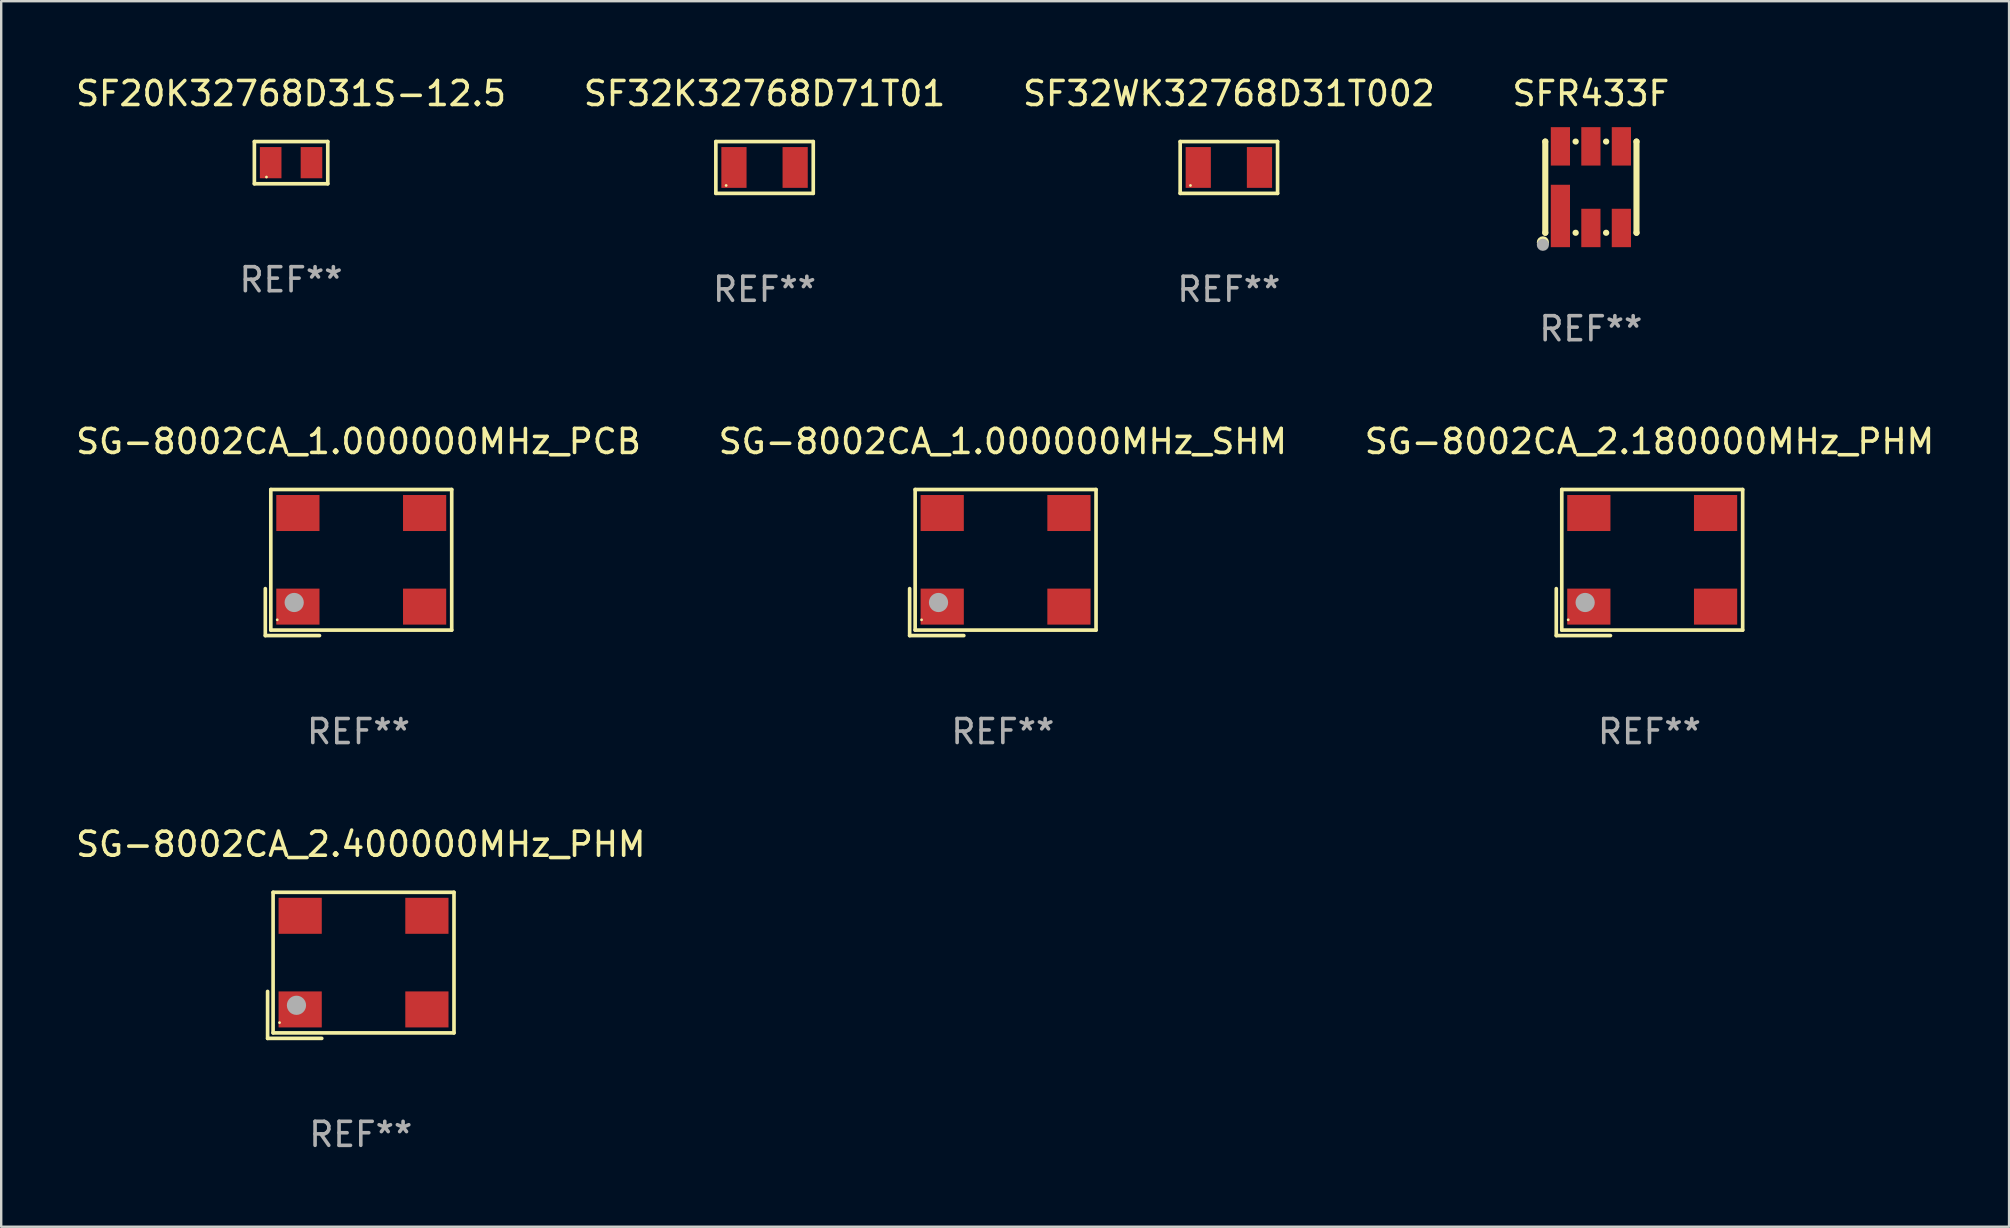
<source format=kicad_pcb>
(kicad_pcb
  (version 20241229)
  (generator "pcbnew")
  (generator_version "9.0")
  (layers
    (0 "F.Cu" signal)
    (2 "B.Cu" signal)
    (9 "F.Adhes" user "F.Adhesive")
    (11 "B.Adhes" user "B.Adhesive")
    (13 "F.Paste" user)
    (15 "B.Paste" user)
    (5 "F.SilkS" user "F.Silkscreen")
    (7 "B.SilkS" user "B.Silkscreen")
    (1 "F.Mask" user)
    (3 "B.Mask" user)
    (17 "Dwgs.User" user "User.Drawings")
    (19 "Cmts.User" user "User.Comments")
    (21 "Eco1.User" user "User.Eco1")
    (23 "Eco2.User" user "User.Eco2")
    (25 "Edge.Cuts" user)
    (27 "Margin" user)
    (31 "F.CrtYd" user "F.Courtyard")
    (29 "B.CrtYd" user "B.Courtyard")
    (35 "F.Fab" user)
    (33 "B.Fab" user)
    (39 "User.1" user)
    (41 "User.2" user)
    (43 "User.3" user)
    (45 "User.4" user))
  (footprint "SFR433F"
    (layer "F.Cu")
    (at 63.232 4.748)
    (property "Reference" "SFR433F" (at 0 -3.9 0) (layer "F.SilkS") (effects (font (size 1 1) (thickness 0.15))))
    (attr through_hole)
    (fp_line (start -1.901 1.9) (end -1.9 1.9) (stroke (width 0.254) (type solid)) (layer "F.SilkS"))
    (fp_line (start -1.9 -1.9) (end -1.901 -1.9) (stroke (width 0.254) (type solid)) (layer "F.SilkS"))
    (fp_line (start -1.9 1.9) (end -1.9 -1.9) (stroke (width 0.254) (type solid)) (layer "F.SilkS"))
    (fp_line (start -0.639 -1.9) (end -0.631 -1.9) (stroke (width 0.254) (type solid)) (layer "F.SilkS"))
    (fp_line (start -0.631 1.9) (end -0.639 1.9) (stroke (width 0.254) (type solid)) (layer "F.SilkS"))
    (fp_line (start 0.631 -1.9) (end 0.639 -1.9) (stroke (width 0.254) (type solid)) (layer "F.SilkS"))
    (fp_line (start 0.639 1.9) (end 0.631 1.9) (stroke (width 0.254) (type solid)) (layer "F.SilkS"))
    (fp_line (start 1.9 -1.9) (end 1.9 1.9) (stroke (width 0.254) (type solid)) (layer "F.SilkS"))
    (fp_line (start 1.9 1.9) (end 1.901 1.9) (stroke (width 0.254) (type solid)) (layer "F.SilkS"))
    (fp_line (start 1.901 -1.9) (end 1.9 -1.9) (stroke (width 0.254) (type solid)) (layer "F.SilkS"))
    (fp_circle (center -2 2.3) (end -1.873 2.3) (stroke (width 0.254) (type solid)) (fill no) (layer "F.SilkS"))
    (fp_circle (center -1.9 1.9) (end -1.87 1.9) (stroke (width 0.06) (type solid)) (fill no) (layer "F.SilkS"))
    (fp_circle (center -2 2.4) (end -1.873 2.4) (stroke (width 0.254) (type solid)) (fill no) (layer "F.Fab"))
    (fp_text user "REF**" (at 0 5.9 0) (layer "F.Fab") (effects (font (size 1 1) (thickness 0.15))))
    (pad "1" smd rect (at -1.27 1.2 180) (size 0.8 2.6) (layers "F.Cu" "F.Mask" "F.Paste"))
    (pad "2" smd rect (at 0.000076 1.7 180) (size 0.8 1.6) (layers "F.Cu" "F.Mask" "F.Paste"))
    (pad "3" smd rect (at 1.27 1.7 180) (size 0.8 1.6) (layers "F.Cu" "F.Mask" "F.Paste"))
    (pad "4" smd rect (at 1.27 -1.7 180) (size 0.8 1.6) (layers "F.Cu" "F.Mask" "F.Paste"))
    (pad "5" smd rect (at 0.000076 -1.7 180) (size 0.8 1.6) (layers "F.Cu" "F.Mask" "F.Paste"))
    (pad "6" smd rect (at -1.27 -1.7 180) (size 0.8 1.6) (layers "F.Cu" "F.Mask" "F.Paste")))
  (footprint "SF32K32768D71T01"
    (layer "F.Cu")
    (at 28.804 3.927)
    (property "Reference" "SF32K32768D71T01" (at 0 -3.079 0) (layer "F.SilkS") (effects (font (size 1 1) (thickness 0.15))))
    (attr through_hole)
    (fp_line (start -2.029 -1.079) (end 2.029 -1.079) (stroke (width 0.152) (type solid)) (layer "F.SilkS"))
    (fp_line (start -2.029 1.079) (end -2.029 -1.079) (stroke (width 0.152) (type solid)) (layer "F.SilkS"))
    (fp_line (start 2.029 -1.079) (end 2.029 1.079) (stroke (width 0.152) (type solid)) (layer "F.SilkS"))
    (fp_line (start 2.029 1.079) (end -2.029 1.079) (stroke (width 0.152) (type solid)) (layer "F.SilkS"))
    (fp_circle (center -1.6 0.75) (end -1.57 0.75) (stroke (width 0.06) (type solid)) (fill no) (layer "F.SilkS"))
    (fp_text user "REF**" (at 0 5.079 0) (layer "F.Fab") (effects (font (size 1 1) (thickness 0.15))))
    (pad "1" smd rect (at -1.275 0) (size 1.05 1.7) (layers "F.Cu" "F.Mask" "F.Paste"))
    (pad "2" smd rect (at 1.275 0) (size 1.05 1.7) (layers "F.Cu" "F.Mask" "F.Paste")))
  (footprint "SG-8002CA_1.000000MHz_PCB"
    (layer "F.Cu")
    (at 11.887 20.388)
    (property "Reference" "SG-8002CA_1.000000MHz_PCB" (at 0 -5.043 0) (layer "F.SilkS") (effects (font (size 1 1) (thickness 0.15))))
    (attr through_hole)
    (fp_line (start -3.883 1.086) (end -3.883 3.043) (stroke (width 0.152) (type solid)) (layer "F.SilkS"))
    (fp_line (start -3.883 3.043) (end -1.626 3.043) (stroke (width 0.152) (type solid)) (layer "F.SilkS"))
    (fp_line (start -3.654 -3.043) (end 3.883 -3.043) (stroke (width 0.152) (type solid)) (layer "F.SilkS"))
    (fp_line (start -3.654 2.814) (end -3.654 -3.043) (stroke (width 0.152) (type solid)) (layer "F.SilkS"))
    (fp_line (start 3.883 -3.043) (end 3.883 2.814) (stroke (width 0.152) (type solid)) (layer "F.SilkS"))
    (fp_line (start 3.883 2.814) (end -3.654 2.814) (stroke (width 0.152) (type solid)) (layer "F.SilkS"))
    (fp_circle (center -3.386 2.386) (end -3.356 2.386) (stroke (width 0.06) (type solid)) (fill no) (layer "F.SilkS"))
    (fp_circle (center -2.68 1.664) (end -2.48 1.664) (stroke (width 0.4) (type solid)) (fill no) (layer "F.Fab"))
    (fp_text user "REF**" (at 0 7.043 0) (layer "F.Fab") (effects (font (size 1 1) (thickness 0.15))))
    (pad "1" smd rect (at -2.526 1.836) (size 1.8 1.5) (layers "F.Cu" "F.Mask" "F.Paste"))
    (pad "2" smd rect (at 2.754 1.836) (size 1.8 1.5) (layers "F.Cu" "F.Mask" "F.Paste"))
    (pad "3" smd rect (at 2.754 -2.064) (size 1.8 1.5) (layers "F.Cu" "F.Mask" "F.Paste"))
    (pad "4" smd rect (at -2.526 -2.064) (size 1.8 1.5) (layers "F.Cu" "F.Mask" "F.Paste")))
  (footprint "SF20K32768D31S-12.5"
    (layer "F.Cu")
    (at 9.077 3.727)
    (property "Reference" "SF20K32768D31S-12.5" (at 0 -2.879 0) (layer "F.SilkS") (effects (font (size 1 1) (thickness 0.15))))
    (attr through_hole)
    (fp_line (start -1.529 -0.879) (end 1.529 -0.879) (stroke (width 0.152) (type solid)) (layer "F.SilkS"))
    (fp_line (start -1.529 0.879) (end -1.529 -0.879) (stroke (width 0.152) (type solid)) (layer "F.SilkS"))
    (fp_line (start 1.529 -0.879) (end 1.529 0.879) (stroke (width 0.152) (type solid)) (layer "F.SilkS"))
    (fp_line (start 1.529 0.879) (end -1.529 0.879) (stroke (width 0.152) (type solid)) (layer "F.SilkS"))
    (fp_circle (center -1.025 0.6) (end -0.995 0.6) (stroke (width 0.06) (type solid)) (fill no) (layer "F.SilkS"))
    (fp_text user "REF**" (at 0 4.879 0) (layer "F.Fab") (effects (font (size 1 1) (thickness 0.15))))
    (pad "1" smd rect (at -0.85 0) (size 0.9 1.3) (layers "F.Cu" "F.Mask" "F.Paste"))
    (pad "2" smd rect (at 0.85 0) (size 0.9 1.3) (layers "F.Cu" "F.Mask" "F.Paste")))
  (footprint "SG-8002CA_2.400000MHz_PHM"
    (layer "F.Cu")
    (at 11.982 37.17)
    (property "Reference" "SG-8002CA_2.400000MHz_PHM" (at 0 -5.043 0) (layer "F.SilkS") (effects (font (size 1 1) (thickness 0.15))))
    (attr through_hole)
    (fp_line (start -3.883 1.086) (end -3.883 3.043) (stroke (width 0.152) (type solid)) (layer "F.SilkS"))
    (fp_line (start -3.883 3.043) (end -1.626 3.043) (stroke (width 0.152) (type solid)) (layer "F.SilkS"))
    (fp_line (start -3.654 -3.043) (end 3.883 -3.043) (stroke (width 0.152) (type solid)) (layer "F.SilkS"))
    (fp_line (start -3.654 2.814) (end -3.654 -3.043) (stroke (width 0.152) (type solid)) (layer "F.SilkS"))
    (fp_line (start 3.883 -3.043) (end 3.883 2.814) (stroke (width 0.152) (type solid)) (layer "F.SilkS"))
    (fp_line (start 3.883 2.814) (end -3.654 2.814) (stroke (width 0.152) (type solid)) (layer "F.SilkS"))
    (fp_circle (center -3.386 2.386) (end -3.356 2.386) (stroke (width 0.06) (type solid)) (fill no) (layer "F.SilkS"))
    (fp_circle (center -2.68 1.664) (end -2.48 1.664) (stroke (width 0.4) (type solid)) (fill no) (layer "F.Fab"))
    (fp_text user "REF**" (at 0 7.043 0) (layer "F.Fab") (effects (font (size 1 1) (thickness 0.15))))
    (pad "1" smd rect (at -2.526 1.836) (size 1.8 1.5) (layers "F.Cu" "F.Mask" "F.Paste"))
    (pad "2" smd rect (at 2.754 1.836) (size 1.8 1.5) (layers "F.Cu" "F.Mask" "F.Paste"))
    (pad "3" smd rect (at 2.754 -2.064) (size 1.8 1.5) (layers "F.Cu" "F.Mask" "F.Paste"))
    (pad "4" smd rect (at -2.526 -2.064) (size 1.8 1.5) (layers "F.Cu" "F.Mask" "F.Paste")))
  (footprint "SG-8002CA_2.180000MHz_PHM"
    (layer "F.Cu")
    (at 65.673 20.388)
    (property "Reference" "SG-8002CA_2.180000MHz_PHM" (at 0 -5.043 0) (layer "F.SilkS") (effects (font (size 1 1) (thickness 0.15))))
    (attr through_hole)
    (fp_line (start -3.883 1.086) (end -3.883 3.043) (stroke (width 0.152) (type solid)) (layer "F.SilkS"))
    (fp_line (start -3.883 3.043) (end -1.626 3.043) (stroke (width 0.152) (type solid)) (layer "F.SilkS"))
    (fp_line (start -3.654 -3.043) (end 3.883 -3.043) (stroke (width 0.152) (type solid)) (layer "F.SilkS"))
    (fp_line (start -3.654 2.814) (end -3.654 -3.043) (stroke (width 0.152) (type solid)) (layer "F.SilkS"))
    (fp_line (start 3.883 -3.043) (end 3.883 2.814) (stroke (width 0.152) (type solid)) (layer "F.SilkS"))
    (fp_line (start 3.883 2.814) (end -3.654 2.814) (stroke (width 0.152) (type solid)) (layer "F.SilkS"))
    (fp_circle (center -3.386 2.386) (end -3.356 2.386) (stroke (width 0.06) (type solid)) (fill no) (layer "F.SilkS"))
    (fp_circle (center -2.68 1.664) (end -2.48 1.664) (stroke (width 0.4) (type solid)) (fill no) (layer "F.Fab"))
    (fp_text user "REF**" (at 0 7.043 0) (layer "F.Fab") (effects (font (size 1 1) (thickness 0.15))))
    (pad "1" smd rect (at -2.526 1.836) (size 1.8 1.5) (layers "F.Cu" "F.Mask" "F.Paste"))
    (pad "2" smd rect (at 2.754 1.836) (size 1.8 1.5) (layers "F.Cu" "F.Mask" "F.Paste"))
    (pad "3" smd rect (at 2.754 -2.064) (size 1.8 1.5) (layers "F.Cu" "F.Mask" "F.Paste"))
    (pad "4" smd rect (at -2.526 -2.064) (size 1.8 1.5) (layers "F.Cu" "F.Mask" "F.Paste")))
  (footprint "SF32WK32768D31T002"
    (layer "F.Cu")
    (at 48.149 3.927)
    (property "Reference" "SF32WK32768D31T002" (at 0 -3.079 0) (layer "F.SilkS") (effects (font (size 1 1) (thickness 0.15))))
    (attr through_hole)
    (fp_line (start -2.029 -1.079) (end 2.029 -1.079) (stroke (width 0.152) (type solid)) (layer "F.SilkS"))
    (fp_line (start -2.029 1.079) (end -2.029 -1.079) (stroke (width 0.152) (type solid)) (layer "F.SilkS"))
    (fp_line (start 2.029 -1.079) (end 2.029 1.079) (stroke (width 0.152) (type solid)) (layer "F.SilkS"))
    (fp_line (start 2.029 1.079) (end -2.029 1.079) (stroke (width 0.152) (type solid)) (layer "F.SilkS"))
    (fp_circle (center -1.6 0.75) (end -1.57 0.75) (stroke (width 0.06) (type solid)) (fill no) (layer "F.SilkS"))
    (fp_text user "REF**" (at 0 5.079 0) (layer "F.Fab") (effects (font (size 1 1) (thickness 0.15))))
    (pad "1" smd rect (at -1.275 0) (size 1.05 1.7) (layers "F.Cu" "F.Mask" "F.Paste"))
    (pad "2" smd rect (at 1.275 0) (size 1.05 1.7) (layers "F.Cu" "F.Mask" "F.Paste")))
  (footprint "SG-8002CA_1.000000MHz_SHM"
    (layer "F.Cu")
    (at 38.732 20.388)
    (property "Reference" "SG-8002CA_1.000000MHz_SHM" (at 0 -5.043 0) (layer "F.SilkS") (effects (font (size 1 1) (thickness 0.15))))
    (attr through_hole)
    (fp_line (start -3.883 1.086) (end -3.883 3.043) (stroke (width 0.152) (type solid)) (layer "F.SilkS"))
    (fp_line (start -3.883 3.043) (end -1.626 3.043) (stroke (width 0.152) (type solid)) (layer "F.SilkS"))
    (fp_line (start -3.654 -3.043) (end 3.883 -3.043) (stroke (width 0.152) (type solid)) (layer "F.SilkS"))
    (fp_line (start -3.654 2.814) (end -3.654 -3.043) (stroke (width 0.152) (type solid)) (layer "F.SilkS"))
    (fp_line (start 3.883 -3.043) (end 3.883 2.814) (stroke (width 0.152) (type solid)) (layer "F.SilkS"))
    (fp_line (start 3.883 2.814) (end -3.654 2.814) (stroke (width 0.152) (type solid)) (layer "F.SilkS"))
    (fp_circle (center -3.386 2.386) (end -3.356 2.386) (stroke (width 0.06) (type solid)) (fill no) (layer "F.SilkS"))
    (fp_circle (center -2.68 1.664) (end -2.48 1.664) (stroke (width 0.4) (type solid)) (fill no) (layer "F.Fab"))
    (fp_text user "REF**" (at 0 7.043 0) (layer "F.Fab") (effects (font (size 1 1) (thickness 0.15))))
    (pad "1" smd rect (at -2.526 1.836) (size 1.8 1.5) (layers "F.Cu" "F.Mask" "F.Paste"))
    (pad "2" smd rect (at 2.754 1.836) (size 1.8 1.5) (layers "F.Cu" "F.Mask" "F.Paste"))
    (pad "3" smd rect (at 2.754 -2.064) (size 1.8 1.5) (layers "F.Cu" "F.Mask" "F.Paste"))
    (pad "4" smd rect (at -2.526 -2.064) (size 1.8 1.5) (layers "F.Cu" "F.Mask" "F.Paste")))
  (gr_rect
    (start -3 -3)
    (end 80.655 48.061)
    (stroke (width 0.1) (type default))
    (fill no)
    (layer "Edge.Cuts")))
</source>
